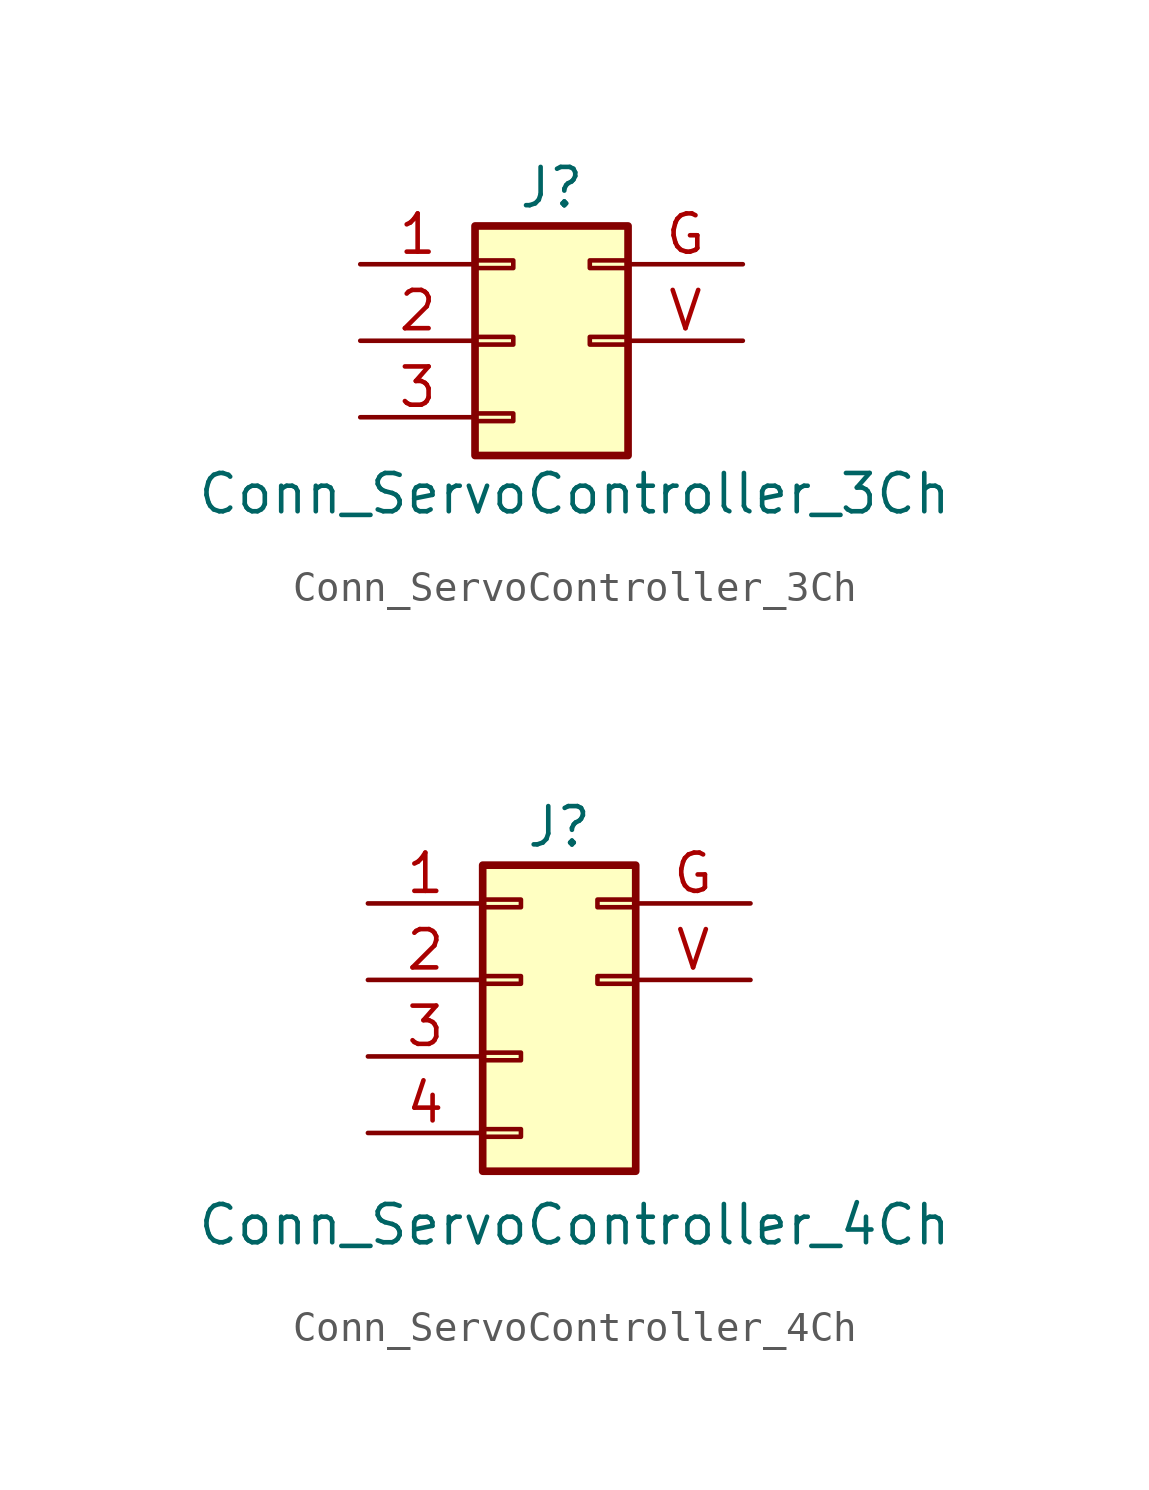
<source format=kicad_sym>
(kicad_symbol_lib
  (version 20231120)
  (generator "kicad_symbol_editor")
  (generator_version "8.0")
  (symbol "Conn_ServoController_3Ch"
    (pin_names
      (offset 1.016) hide)
    (property "Reference" "J"
      (at 1.27 5.08 0)
      (effects (font (size 1.27 1.27))))
    (property "Value" "Conn_ServoController_3Ch"
      (at 2.032 -5.08 0)
      (effects (font (size 1.27 1.27))))
    (symbol "Conn_ServoController_3Ch_1_1"
      (rectangle (start -1.27 -2.413) (end 0 -2.667) (stroke (width 0.152) (type default)) (fill (type none)))
      (rectangle (start -1.27 0.127) (end 0 -0.127) (stroke (width 0.152) (type default)) (fill (type none)))
      (rectangle (start -1.27 2.667) (end 0 2.413) (stroke (width 0.152) (type default)) (fill (type none)))
      (rectangle (start -1.27 3.81) (end 3.81 -3.81) (stroke (width 0.254) (type default)) (fill (type background)))
      (rectangle (start 3.81 0.127) (end 2.54 -0.127) (stroke (width 0.152) (type default)) (fill (type none)))
      (rectangle (start 3.81 2.667) (end 2.54 2.413) (stroke (width 0.152) (type default)) (fill (type none)))
      (pin passive line (at -5.08 2.54 0) (length 3.81) (name "Pin_1" (effects (font (size 1.27 1.27)))) (number "1" (effects (font (size 1.27 1.27)))))
      (pin passive line (at -5.08 0 0) (length 3.81) (name "Pin_2" (effects (font (size 1.27 1.27)))) (number "2" (effects (font (size 1.27 1.27)))))
      (pin passive line (at -5.08 -2.54 0) (length 3.81) (name "Pin_3" (effects (font (size 1.27 1.27)))) (number "3" (effects (font (size 1.27 1.27)))))
      (pin power_out line (at 7.62 2.54 180) (length 3.81) (name "Pin_G" (effects (font (size 1.27 1.27)))) (number "G" (effects (font (size 1.27 1.27)))))
      (pin power_in line (at 7.62 0 180) (length 3.81) (name "Pin_V" (effects (font (size 1.27 1.27)))) (number "V" (effects (font (size 1.27 1.27)))))))
  (symbol "Conn_ServoController_4Ch"
    (pin_names
      (offset 1.016) hide)
    (property "Reference" "J"
      (at 1.27 5.08 0)
      (effects (font (size 1.27 1.27))))
    (property "Value" "Conn_ServoController_4Ch"
      (at 1.778 -8.128 0)
      (effects (font (size 1.27 1.27))))
    (symbol "Conn_ServoController_4Ch_1_1"
      (rectangle (start -1.27 -4.953) (end 0 -5.207) (stroke (width 0.152) (type default)) (fill (type none)))
      (rectangle (start -1.27 -2.413) (end 0 -2.667) (stroke (width 0.152) (type default)) (fill (type none)))
      (rectangle (start -1.27 0.127) (end 0 -0.127) (stroke (width 0.152) (type default)) (fill (type none)))
      (rectangle (start -1.27 2.667) (end 0 2.413) (stroke (width 0.152) (type default)) (fill (type none)))
      (rectangle (start -1.27 3.81) (end 3.81 -6.35) (stroke (width 0.254) (type default)) (fill (type background)))
      (rectangle (start 3.81 0.127) (end 2.54 -0.127) (stroke (width 0.152) (type default)) (fill (type none)))
      (rectangle (start 3.81 2.667) (end 2.54 2.413) (stroke (width 0.152) (type default)) (fill (type none)))
      (pin passive line (at -5.08 2.54 0) (length 3.81) (name "Pin_1" (effects (font (size 1.27 1.27)))) (number "1" (effects (font (size 1.27 1.27)))))
      (pin passive line (at -5.08 0 0) (length 3.81) (name "Pin_2" (effects (font (size 1.27 1.27)))) (number "2" (effects (font (size 1.27 1.27)))))
      (pin passive line (at -5.08 -2.54 0) (length 3.81) (name "Pin_3" (effects (font (size 1.27 1.27)))) (number "3" (effects (font (size 1.27 1.27)))))
      (pin passive line (at -5.08 -5.08 0) (length 3.81) (name "Pin_4" (effects (font (size 1.27 1.27)))) (number "4" (effects (font (size 1.27 1.27)))))
      (pin power_out line (at 7.62 2.54 180) (length 3.81) (name "Pin_G" (effects (font (size 1.27 1.27)))) (number "G" (effects (font (size 1.27 1.27)))))
      (pin power_in line (at 7.62 0 180) (length 3.81) (name "Pin_V" (effects (font (size 1.27 1.27)))) (number "V" (effects (font (size 1.27 1.27))))))))
</source>
